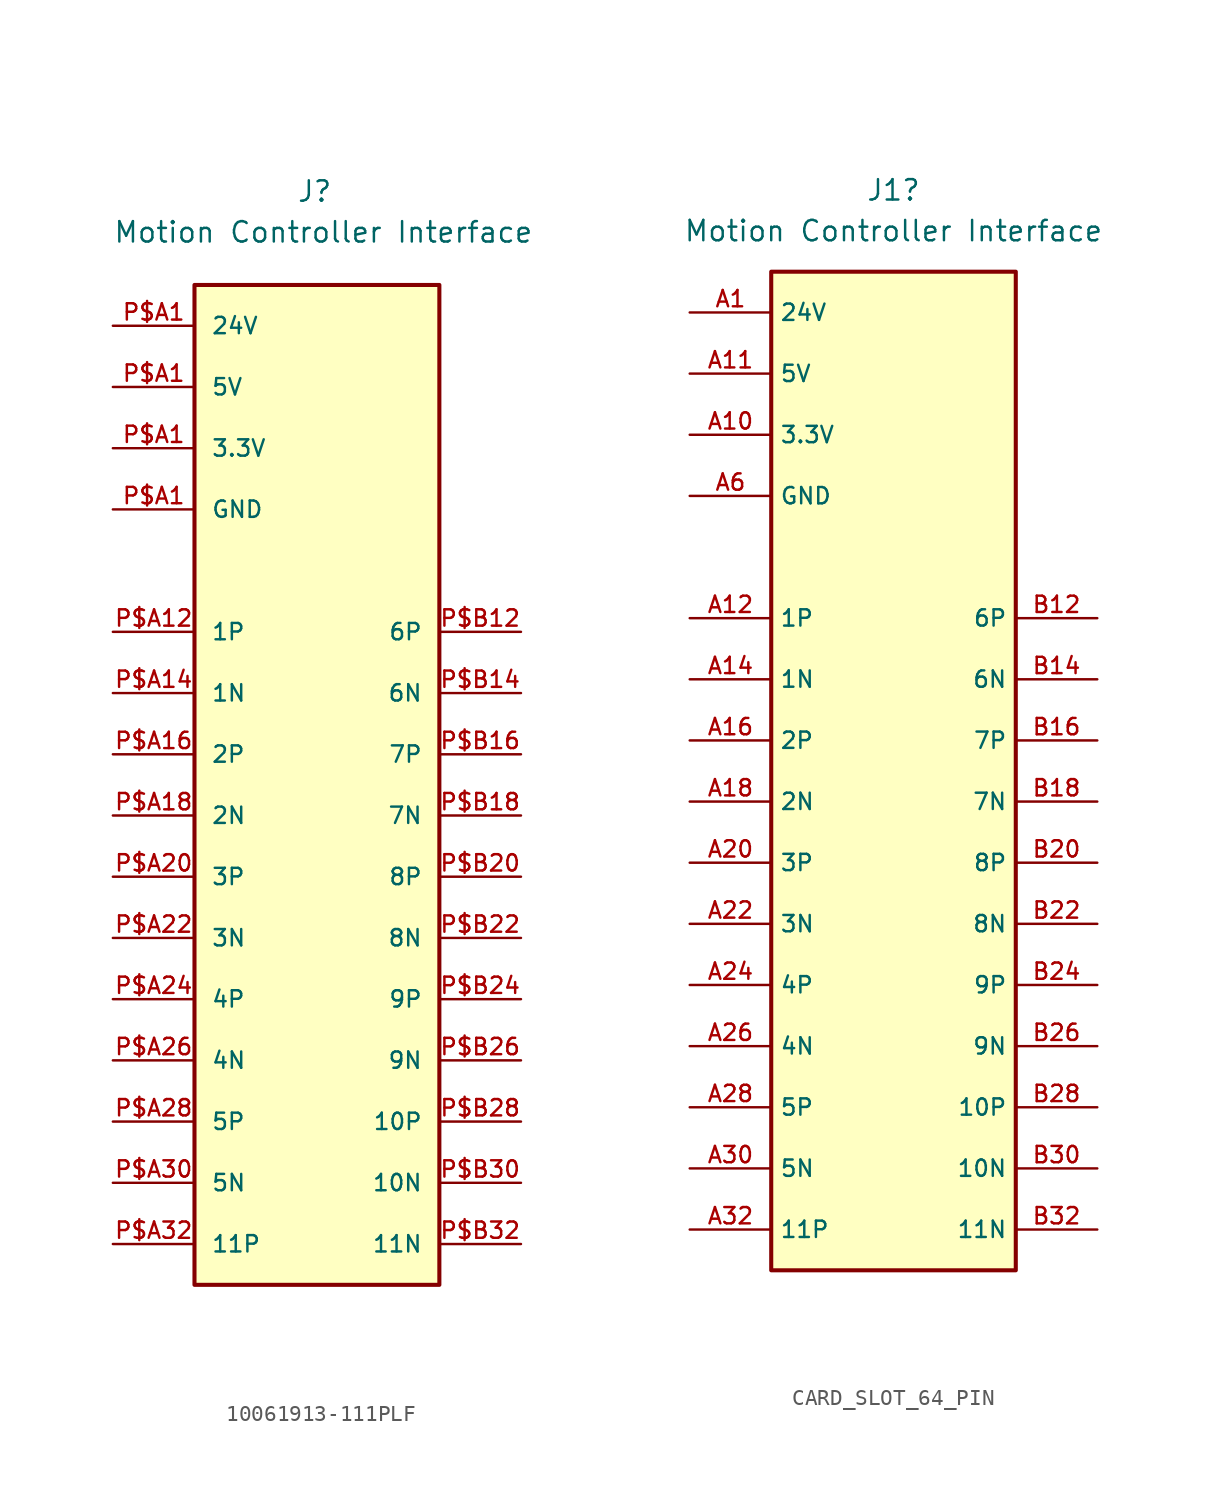
<source format=kicad_sym>
(kicad_symbol_lib
  (version 20220914)
  (generator kicad_symbol_editor)
  (symbol "10061913-111PLF"
    (pin_names
      (offset 1.016))
    (property "Reference" "J"
      (at -1.27 36.83 0)
      (effects (font (size 1.27 1.27)) (justify left bottom)))
    (property "Value" "Motion Controller Interface"
      (at -12.7 34.29 0)
      (effects (font (size 1.27 1.27)) (justify left bottom)))
    (symbol "10061913-111PLF_0_0"
      (rectangle (start -7.62 31.75) (end 7.62 -30.48) (stroke (width 0.254) (type default)) (fill (type background))))
    (symbol "10061913-111PLF_1_0"
      (pin power_out line (at -12.7 29.21 0) (length 5.08) (name "24V" (effects (font (size 1.016 1.016)))) (number "P$A1" (effects (font (size 1.016 1.016)))))
      (pin power_out line (at -12.7 21.59 0) (length 5.08) (name "3.3V" (effects (font (size 1.016 1.016)))) (number "P$A1" (effects (font (size 1.016 1.016)))))
      (pin power_out line (at -12.7 25.4 0) (length 5.08) (name "5V" (effects (font (size 1.016 1.016)))) (number "P$A1" (effects (font (size 1.016 1.016)))))
      (pin power_out line (at -12.7 17.78 0) (length 5.08) (name "GND" (effects (font (size 1.016 1.016)))) (number "P$A1" (effects (font (size 1.016 1.016)))))
      (pin bidirectional line (at -12.7 10.16 0) (length 5.08) (name "1P" (effects (font (size 1.016 1.016)))) (number "P$A12" (effects (font (size 1.016 1.016)))))
      (pin bidirectional line (at -12.7 6.35 0) (length 5.08) (name "1N" (effects (font (size 1.016 1.016)))) (number "P$A14" (effects (font (size 1.016 1.016)))))
      (pin bidirectional line (at -12.7 2.54 0) (length 5.08) (name "2P" (effects (font (size 1.016 1.016)))) (number "P$A16" (effects (font (size 1.016 1.016)))))
      (pin bidirectional line (at -12.7 -1.27 0) (length 5.08) (name "2N" (effects (font (size 1.016 1.016)))) (number "P$A18" (effects (font (size 1.016 1.016)))))
      (pin bidirectional line (at -12.7 -5.08 0) (length 5.08) (name "3P" (effects (font (size 1.016 1.016)))) (number "P$A20" (effects (font (size 1.016 1.016)))))
      (pin bidirectional line (at -12.7 -8.89 0) (length 5.08) (name "3N" (effects (font (size 1.016 1.016)))) (number "P$A22" (effects (font (size 1.016 1.016)))))
      (pin bidirectional line (at -12.7 -12.7 0) (length 5.08) (name "4P" (effects (font (size 1.016 1.016)))) (number "P$A24" (effects (font (size 1.016 1.016)))))
      (pin bidirectional line (at -12.7 -16.51 0) (length 5.08) (name "4N" (effects (font (size 1.016 1.016)))) (number "P$A26" (effects (font (size 1.016 1.016)))))
      (pin bidirectional line (at -12.7 -20.32 0) (length 5.08) (name "5P" (effects (font (size 1.016 1.016)))) (number "P$A28" (effects (font (size 1.016 1.016)))))
      (pin bidirectional line (at -12.7 -24.13 0) (length 5.08) (name "5N" (effects (font (size 1.016 1.016)))) (number "P$A30" (effects (font (size 1.016 1.016)))))
      (pin bidirectional line (at -12.7 -27.94 0) (length 5.08) (name "11P" (effects (font (size 1.016 1.016)))) (number "P$A32" (effects (font (size 1.016 1.016)))))
      (pin bidirectional line (at 12.7 10.16 180) (length 5.08) (name "6P" (effects (font (size 1.016 1.016)))) (number "P$B12" (effects (font (size 1.016 1.016)))))
      (pin bidirectional line (at 12.7 6.35 180) (length 5.08) (name "6N" (effects (font (size 1.016 1.016)))) (number "P$B14" (effects (font (size 1.016 1.016)))))
      (pin bidirectional line (at 12.7 2.54 180) (length 5.08) (name "7P" (effects (font (size 1.016 1.016)))) (number "P$B16" (effects (font (size 1.016 1.016)))))
      (pin bidirectional line (at 12.7 -1.27 180) (length 5.08) (name "7N" (effects (font (size 1.016 1.016)))) (number "P$B18" (effects (font (size 1.016 1.016)))))
      (pin bidirectional line (at 12.7 -5.08 180) (length 5.08) (name "8P" (effects (font (size 1.016 1.016)))) (number "P$B20" (effects (font (size 1.016 1.016)))))
      (pin bidirectional line (at 12.7 -8.89 180) (length 5.08) (name "8N" (effects (font (size 1.016 1.016)))) (number "P$B22" (effects (font (size 1.016 1.016)))))
      (pin bidirectional line (at 12.7 -12.7 180) (length 5.08) (name "9P" (effects (font (size 1.016 1.016)))) (number "P$B24" (effects (font (size 1.016 1.016)))))
      (pin bidirectional line (at 12.7 -16.51 180) (length 5.08) (name "9N" (effects (font (size 1.016 1.016)))) (number "P$B26" (effects (font (size 1.016 1.016)))))
      (pin bidirectional line (at 12.7 -20.32 180) (length 5.08) (name "10P" (effects (font (size 1.016 1.016)))) (number "P$B28" (effects (font (size 1.016 1.016)))))
      (pin bidirectional line (at 12.7 -24.13 180) (length 5.08) (name "10N" (effects (font (size 1.016 1.016)))) (number "P$B30" (effects (font (size 1.016 1.016)))))
      (pin bidirectional line (at 12.7 -27.94 180) (length 5.08) (name "11N" (effects (font (size 1.016 1.016)))) (number "P$B32" (effects (font (size 1.016 1.016)))))))
  (symbol "CARD_SLOT_64_PIN"
    (property "Reference" "J1"
      (at -1.27 34.29 0)
      (effects (font (size 1.27 1.27))))
    (property "Value" "Motion Controller Interface"
      (at -1.27 31.75 0)
      (effects (font (size 1.27 1.27))))
    (symbol "CARD_SLOT_64_PIN_0_0"
      (rectangle (start -8.89 29.21) (end 6.35 -33.02) (stroke (width 0.254) (type default)) (fill (type background))))
    (symbol "CARD_SLOT_64_PIN_1_0"
      (pin power_out line (at -13.97 26.67 0) (length 5.08) (name "24V" (effects (font (size 1.016 1.016)))) (number "A1" (effects (font (size 1.016 1.016)))))
      (pin power_out line (at -13.97 19.05 0) (length 5.08) (name "3.3V" (effects (font (size 1.016 1.016)))) (number "A10" (effects (font (size 1.016 1.016)))))
      (pin power_out line (at -13.97 22.86 0) (length 5.08) (name "5V" (effects (font (size 1.016 1.016)))) (number "A11" (effects (font (size 1.016 1.016)))))
      (pin bidirectional line (at -13.97 7.62 0) (length 5.08) (name "1P" (effects (font (size 1.016 1.016)))) (number "A12" (effects (font (size 1.016 1.016)))))
      (pin bidirectional line (at -13.97 3.81 0) (length 5.08) (name "1N" (effects (font (size 1.016 1.016)))) (number "A14" (effects (font (size 1.016 1.016)))))
      (pin bidirectional line (at -13.97 0 0) (length 5.08) (name "2P" (effects (font (size 1.016 1.016)))) (number "A16" (effects (font (size 1.016 1.016)))))
      (pin bidirectional line (at -13.97 -3.81 0) (length 5.08) (name "2N" (effects (font (size 1.016 1.016)))) (number "A18" (effects (font (size 1.016 1.016)))))
      (pin bidirectional line (at -13.97 -7.62 0) (length 5.08) (name "3P" (effects (font (size 1.016 1.016)))) (number "A20" (effects (font (size 1.016 1.016)))))
      (pin bidirectional line (at -13.97 -11.43 0) (length 5.08) (name "3N" (effects (font (size 1.016 1.016)))) (number "A22" (effects (font (size 1.016 1.016)))))
      (pin bidirectional line (at -13.97 -15.24 0) (length 5.08) (name "4P" (effects (font (size 1.016 1.016)))) (number "A24" (effects (font (size 1.016 1.016)))))
      (pin bidirectional line (at -13.97 -19.05 0) (length 5.08) (name "4N" (effects (font (size 1.016 1.016)))) (number "A26" (effects (font (size 1.016 1.016)))))
      (pin bidirectional line (at -13.97 -22.86 0) (length 5.08) (name "5P" (effects (font (size 1.016 1.016)))) (number "A28" (effects (font (size 1.016 1.016)))))
      (pin bidirectional line (at -13.97 -26.67 0) (length 5.08) (name "5N" (effects (font (size 1.016 1.016)))) (number "A30" (effects (font (size 1.016 1.016)))))
      (pin bidirectional line (at -13.97 -30.48 0) (length 5.08) (name "11P" (effects (font (size 1.016 1.016)))) (number "A32" (effects (font (size 1.016 1.016)))))
      (pin power_out line (at -13.97 15.24 0) (length 5.08) (name "GND" (effects (font (size 1.016 1.016)))) (number "A6" (effects (font (size 1.016 1.016)))))
      (pin bidirectional line (at 11.43 7.62 180) (length 5.08) (name "6P" (effects (font (size 1.016 1.016)))) (number "B12" (effects (font (size 1.016 1.016)))))
      (pin bidirectional line (at 11.43 3.81 180) (length 5.08) (name "6N" (effects (font (size 1.016 1.016)))) (number "B14" (effects (font (size 1.016 1.016)))))
      (pin bidirectional line (at 11.43 0 180) (length 5.08) (name "7P" (effects (font (size 1.016 1.016)))) (number "B16" (effects (font (size 1.016 1.016)))))
      (pin bidirectional line (at 11.43 -3.81 180) (length 5.08) (name "7N" (effects (font (size 1.016 1.016)))) (number "B18" (effects (font (size 1.016 1.016)))))
      (pin bidirectional line (at 11.43 -7.62 180) (length 5.08) (name "8P" (effects (font (size 1.016 1.016)))) (number "B20" (effects (font (size 1.016 1.016)))))
      (pin bidirectional line (at 11.43 -11.43 180) (length 5.08) (name "8N" (effects (font (size 1.016 1.016)))) (number "B22" (effects (font (size 1.016 1.016)))))
      (pin bidirectional line (at 11.43 -15.24 180) (length 5.08) (name "9P" (effects (font (size 1.016 1.016)))) (number "B24" (effects (font (size 1.016 1.016)))))
      (pin bidirectional line (at 11.43 -19.05 180) (length 5.08) (name "9N" (effects (font (size 1.016 1.016)))) (number "B26" (effects (font (size 1.016 1.016)))))
      (pin bidirectional line (at 11.43 -22.86 180) (length 5.08) (name "10P" (effects (font (size 1.016 1.016)))) (number "B28" (effects (font (size 1.016 1.016)))))
      (pin bidirectional line (at 11.43 -26.67 180) (length 5.08) (name "10N" (effects (font (size 1.016 1.016)))) (number "B30" (effects (font (size 1.016 1.016)))))
      (pin bidirectional line (at 11.43 -30.48 180) (length 5.08) (name "11N" (effects (font (size 1.016 1.016)))) (number "B32" (effects (font (size 1.016 1.016))))))))
</source>
